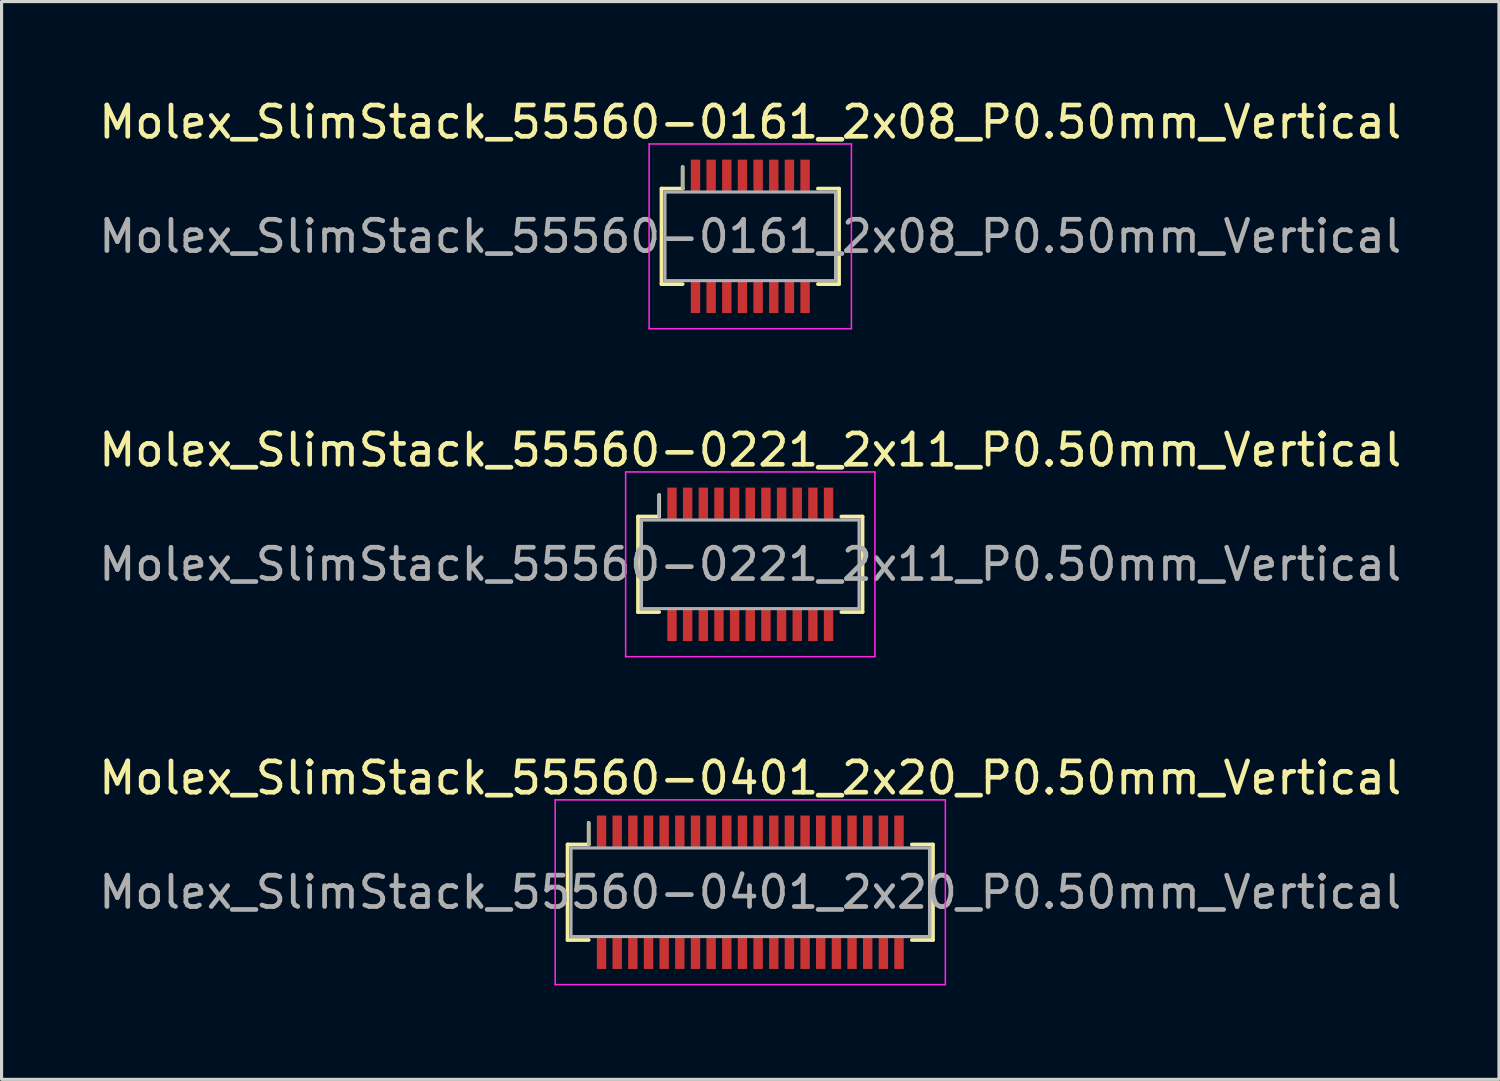
<source format=kicad_pcb>
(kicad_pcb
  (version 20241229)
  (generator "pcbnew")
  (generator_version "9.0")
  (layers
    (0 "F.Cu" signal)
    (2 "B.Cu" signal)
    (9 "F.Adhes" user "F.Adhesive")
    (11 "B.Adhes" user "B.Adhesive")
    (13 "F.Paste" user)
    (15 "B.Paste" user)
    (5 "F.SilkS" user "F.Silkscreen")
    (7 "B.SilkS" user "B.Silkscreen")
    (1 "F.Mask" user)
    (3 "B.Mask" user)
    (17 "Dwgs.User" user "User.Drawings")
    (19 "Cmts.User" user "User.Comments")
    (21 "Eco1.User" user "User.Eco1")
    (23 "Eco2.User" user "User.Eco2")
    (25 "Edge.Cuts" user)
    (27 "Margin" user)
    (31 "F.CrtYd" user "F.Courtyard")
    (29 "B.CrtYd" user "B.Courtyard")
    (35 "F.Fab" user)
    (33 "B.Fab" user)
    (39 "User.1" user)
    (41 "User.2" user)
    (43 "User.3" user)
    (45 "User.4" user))
  (footprint "Molex_SlimStack_55560-0401_2x20_P0.50mm_Vertical"
    (layer "F.Cu")
    (at 20.911 25.445)
    (property "Reference" "Molex_SlimStack_55560-0401_2x20_P0.50mm_Vertical" (at 0 -3.65 0) (layer "F.SilkS") (effects (font (size 1 1) (thickness 0.15))))
    (attr smd)
    (fp_line (start -5.835 -1.525) (end -5.16 -1.525) (stroke (width 0.12) (type solid)) (layer "F.SilkS"))
    (fp_line (start -5.835 1.525) (end -5.835 -1.525) (stroke (width 0.12) (type solid)) (layer "F.SilkS"))
    (fp_line (start -5.16 -1.525) (end -5.16 -2.215) (stroke (width 0.12) (type solid)) (layer "F.SilkS"))
    (fp_line (start -5.16 1.525) (end -5.835 1.525) (stroke (width 0.12) (type solid)) (layer "F.SilkS"))
    (fp_line (start 5.16 1.525) (end 5.835 1.525) (stroke (width 0.12) (type solid)) (layer "F.SilkS"))
    (fp_line (start 5.835 -1.525) (end 5.16 -1.525) (stroke (width 0.12) (type solid)) (layer "F.SilkS"))
    (fp_line (start 5.835 1.525) (end 5.835 -1.525) (stroke (width 0.12) (type solid)) (layer "F.SilkS"))
    (fp_line (start -6.23 -2.95) (end -6.23 2.95) (stroke (width 0.05) (type solid)) (layer "F.CrtYd"))
    (fp_line (start -6.23 2.95) (end 6.23 2.95) (stroke (width 0.05) (type solid)) (layer "F.CrtYd"))
    (fp_line (start 6.23 -2.95) (end -6.23 -2.95) (stroke (width 0.05) (type solid)) (layer "F.CrtYd"))
    (fp_line (start 6.23 2.95) (end 6.23 -2.95) (stroke (width 0.05) (type solid)) (layer "F.CrtYd"))
    (fp_line (start -5.725 -1.415) (end -5.725 1.415) (stroke (width 0.1) (type solid)) (layer "F.Fab"))
    (fp_line (start -5.725 1.415) (end 5.725 1.415) (stroke (width 0.1) (type solid)) (layer "F.Fab"))
    (fp_line (start -5.16 -1.525) (end -5.16 -2.215) (stroke (width 0.1) (type solid)) (layer "F.Fab"))
    (fp_line (start 5.725 -1.415) (end -5.725 -1.415) (stroke (width 0.1) (type solid)) (layer "F.Fab"))
    (fp_line (start 5.725 1.415) (end 5.725 -1.415) (stroke (width 0.1) (type solid)) (layer "F.Fab"))
    (fp_text user "${REFERENCE}" (at 0 0 0) (layer "F.Fab") (effects (font (size 1 1) (thickness 0.15))))
    (pad "1" smd rect (at -4.75 -1.95) (size 0.3 1) (layers "F.Cu" "F.Mask" "F.Paste"))
    (pad "2" smd rect (at -4.75 1.95) (size 0.3 1) (layers "F.Cu" "F.Mask" "F.Paste"))
    (pad "3" smd rect (at -4.25 -1.95) (size 0.3 1) (layers "F.Cu" "F.Mask" "F.Paste"))
    (pad "4" smd rect (at -4.25 1.95) (size 0.3 1) (layers "F.Cu" "F.Mask" "F.Paste"))
    (pad "5" smd rect (at -3.75 -1.95) (size 0.3 1) (layers "F.Cu" "F.Mask" "F.Paste"))
    (pad "6" smd rect (at -3.75 1.95) (size 0.3 1) (layers "F.Cu" "F.Mask" "F.Paste"))
    (pad "7" smd rect (at -3.25 -1.95) (size 0.3 1) (layers "F.Cu" "F.Mask" "F.Paste"))
    (pad "8" smd rect (at -3.25 1.95) (size 0.3 1) (layers "F.Cu" "F.Mask" "F.Paste"))
    (pad "9" smd rect (at -2.75 -1.95) (size 0.3 1) (layers "F.Cu" "F.Mask" "F.Paste"))
    (pad "10" smd rect (at -2.75 1.95) (size 0.3 1) (layers "F.Cu" "F.Mask" "F.Paste"))
    (pad "11" smd rect (at -2.25 -1.95) (size 0.3 1) (layers "F.Cu" "F.Mask" "F.Paste"))
    (pad "12" smd rect (at -2.25 1.95) (size 0.3 1) (layers "F.Cu" "F.Mask" "F.Paste"))
    (pad "13" smd rect (at -1.75 -1.95) (size 0.3 1) (layers "F.Cu" "F.Mask" "F.Paste"))
    (pad "14" smd rect (at -1.75 1.95) (size 0.3 1) (layers "F.Cu" "F.Mask" "F.Paste"))
    (pad "15" smd rect (at -1.25 -1.95) (size 0.3 1) (layers "F.Cu" "F.Mask" "F.Paste"))
    (pad "16" smd rect (at -1.25 1.95) (size 0.3 1) (layers "F.Cu" "F.Mask" "F.Paste"))
    (pad "17" smd rect (at -0.75 -1.95) (size 0.3 1) (layers "F.Cu" "F.Mask" "F.Paste"))
    (pad "18" smd rect (at -0.75 1.95) (size 0.3 1) (layers "F.Cu" "F.Mask" "F.Paste"))
    (pad "19" smd rect (at -0.25 -1.95) (size 0.3 1) (layers "F.Cu" "F.Mask" "F.Paste"))
    (pad "20" smd rect (at -0.25 1.95) (size 0.3 1) (layers "F.Cu" "F.Mask" "F.Paste"))
    (pad "21" smd rect (at 0.25 -1.95) (size 0.3 1) (layers "F.Cu" "F.Mask" "F.Paste"))
    (pad "22" smd rect (at 0.25 1.95) (size 0.3 1) (layers "F.Cu" "F.Mask" "F.Paste"))
    (pad "23" smd rect (at 0.75 -1.95) (size 0.3 1) (layers "F.Cu" "F.Mask" "F.Paste"))
    (pad "24" smd rect (at 0.75 1.95) (size 0.3 1) (layers "F.Cu" "F.Mask" "F.Paste"))
    (pad "25" smd rect (at 1.25 -1.95) (size 0.3 1) (layers "F.Cu" "F.Mask" "F.Paste"))
    (pad "26" smd rect (at 1.25 1.95) (size 0.3 1) (layers "F.Cu" "F.Mask" "F.Paste"))
    (pad "27" smd rect (at 1.75 -1.95) (size 0.3 1) (layers "F.Cu" "F.Mask" "F.Paste"))
    (pad "28" smd rect (at 1.75 1.95) (size 0.3 1) (layers "F.Cu" "F.Mask" "F.Paste"))
    (pad "29" smd rect (at 2.25 -1.95) (size 0.3 1) (layers "F.Cu" "F.Mask" "F.Paste"))
    (pad "30" smd rect (at 2.25 1.95) (size 0.3 1) (layers "F.Cu" "F.Mask" "F.Paste"))
    (pad "31" smd rect (at 2.75 -1.95) (size 0.3 1) (layers "F.Cu" "F.Mask" "F.Paste"))
    (pad "32" smd rect (at 2.75 1.95) (size 0.3 1) (layers "F.Cu" "F.Mask" "F.Paste"))
    (pad "33" smd rect (at 3.25 -1.95) (size 0.3 1) (layers "F.Cu" "F.Mask" "F.Paste"))
    (pad "34" smd rect (at 3.25 1.95) (size 0.3 1) (layers "F.Cu" "F.Mask" "F.Paste"))
    (pad "35" smd rect (at 3.75 -1.95) (size 0.3 1) (layers "F.Cu" "F.Mask" "F.Paste"))
    (pad "36" smd rect (at 3.75 1.95) (size 0.3 1) (layers "F.Cu" "F.Mask" "F.Paste"))
    (pad "37" smd rect (at 4.25 -1.95) (size 0.3 1) (layers "F.Cu" "F.Mask" "F.Paste"))
    (pad "38" smd rect (at 4.25 1.95) (size 0.3 1) (layers "F.Cu" "F.Mask" "F.Paste"))
    (pad "39" smd rect (at 4.75 -1.95) (size 0.3 1) (layers "F.Cu" "F.Mask" "F.Paste"))
    (pad "40" smd rect (at 4.75 1.95) (size 0.3 1) (layers "F.Cu" "F.Mask" "F.Paste")))
  (footprint "Molex_SlimStack_55560-0221_2x11_P0.50mm_Vertical"
    (layer "F.Cu")
    (at 20.911 14.972)
    (property "Reference" "Molex_SlimStack_55560-0221_2x11_P0.50mm_Vertical" (at 0 -3.65 0) (layer "F.SilkS") (effects (font (size 1 1) (thickness 0.15))))
    (attr smd)
    (fp_line (start -3.585 -1.525) (end -2.91 -1.525) (stroke (width 0.12) (type solid)) (layer "F.SilkS"))
    (fp_line (start -3.585 1.525) (end -3.585 -1.525) (stroke (width 0.12) (type solid)) (layer "F.SilkS"))
    (fp_line (start -2.91 -1.525) (end -2.91 -2.215) (stroke (width 0.12) (type solid)) (layer "F.SilkS"))
    (fp_line (start -2.91 1.525) (end -3.585 1.525) (stroke (width 0.12) (type solid)) (layer "F.SilkS"))
    (fp_line (start 2.91 1.525) (end 3.585 1.525) (stroke (width 0.12) (type solid)) (layer "F.SilkS"))
    (fp_line (start 3.585 -1.525) (end 2.91 -1.525) (stroke (width 0.12) (type solid)) (layer "F.SilkS"))
    (fp_line (start 3.585 1.525) (end 3.585 -1.525) (stroke (width 0.12) (type solid)) (layer "F.SilkS"))
    (fp_line (start -3.98 -2.95) (end -3.98 2.95) (stroke (width 0.05) (type solid)) (layer "F.CrtYd"))
    (fp_line (start -3.98 2.95) (end 3.98 2.95) (stroke (width 0.05) (type solid)) (layer "F.CrtYd"))
    (fp_line (start 3.98 -2.95) (end -3.98 -2.95) (stroke (width 0.05) (type solid)) (layer "F.CrtYd"))
    (fp_line (start 3.98 2.95) (end 3.98 -2.95) (stroke (width 0.05) (type solid)) (layer "F.CrtYd"))
    (fp_line (start -3.475 -1.415) (end -3.475 1.415) (stroke (width 0.1) (type solid)) (layer "F.Fab"))
    (fp_line (start -3.475 1.415) (end 3.475 1.415) (stroke (width 0.1) (type solid)) (layer "F.Fab"))
    (fp_line (start -2.91 -1.525) (end -2.91 -2.215) (stroke (width 0.1) (type solid)) (layer "F.Fab"))
    (fp_line (start 3.475 -1.415) (end -3.475 -1.415) (stroke (width 0.1) (type solid)) (layer "F.Fab"))
    (fp_line (start 3.475 1.415) (end 3.475 -1.415) (stroke (width 0.1) (type solid)) (layer "F.Fab"))
    (fp_text user "${REFERENCE}" (at 0 0 0) (layer "F.Fab") (effects (font (size 1 1) (thickness 0.15))))
    (pad "1" smd rect (at -2.5 -1.95) (size 0.3 1) (layers "F.Cu" "F.Mask" "F.Paste"))
    (pad "2" smd rect (at -2.5 1.95) (size 0.3 1) (layers "F.Cu" "F.Mask" "F.Paste"))
    (pad "3" smd rect (at -2 -1.95) (size 0.3 1) (layers "F.Cu" "F.Mask" "F.Paste"))
    (pad "4" smd rect (at -2 1.95) (size 0.3 1) (layers "F.Cu" "F.Mask" "F.Paste"))
    (pad "5" smd rect (at -1.5 -1.95) (size 0.3 1) (layers "F.Cu" "F.Mask" "F.Paste"))
    (pad "6" smd rect (at -1.5 1.95) (size 0.3 1) (layers "F.Cu" "F.Mask" "F.Paste"))
    (pad "7" smd rect (at -1 -1.95) (size 0.3 1) (layers "F.Cu" "F.Mask" "F.Paste"))
    (pad "8" smd rect (at -1 1.95) (size 0.3 1) (layers "F.Cu" "F.Mask" "F.Paste"))
    (pad "9" smd rect (at -0.5 -1.95) (size 0.3 1) (layers "F.Cu" "F.Mask" "F.Paste"))
    (pad "10" smd rect (at -0.5 1.95) (size 0.3 1) (layers "F.Cu" "F.Mask" "F.Paste"))
    (pad "11" smd rect (at 0 -1.95) (size 0.3 1) (layers "F.Cu" "F.Mask" "F.Paste"))
    (pad "12" smd rect (at 0 1.95) (size 0.3 1) (layers "F.Cu" "F.Mask" "F.Paste"))
    (pad "13" smd rect (at 0.5 -1.95) (size 0.3 1) (layers "F.Cu" "F.Mask" "F.Paste"))
    (pad "14" smd rect (at 0.5 1.95) (size 0.3 1) (layers "F.Cu" "F.Mask" "F.Paste"))
    (pad "15" smd rect (at 1 -1.95) (size 0.3 1) (layers "F.Cu" "F.Mask" "F.Paste"))
    (pad "16" smd rect (at 1 1.95) (size 0.3 1) (layers "F.Cu" "F.Mask" "F.Paste"))
    (pad "17" smd rect (at 1.5 -1.95) (size 0.3 1) (layers "F.Cu" "F.Mask" "F.Paste"))
    (pad "18" smd rect (at 1.5 1.95) (size 0.3 1) (layers "F.Cu" "F.Mask" "F.Paste"))
    (pad "19" smd rect (at 2 -1.95) (size 0.3 1) (layers "F.Cu" "F.Mask" "F.Paste"))
    (pad "20" smd rect (at 2 1.95) (size 0.3 1) (layers "F.Cu" "F.Mask" "F.Paste"))
    (pad "21" smd rect (at 2.5 -1.95) (size 0.3 1) (layers "F.Cu" "F.Mask" "F.Paste"))
    (pad "22" smd rect (at 2.5 1.95) (size 0.3 1) (layers "F.Cu" "F.Mask" "F.Paste")))
  (footprint "Molex_SlimStack_55560-0161_2x08_P0.50mm_Vertical"
    (layer "F.Cu")
    (at 20.911 4.498)
    (property "Reference" "Molex_SlimStack_55560-0161_2x08_P0.50mm_Vertical" (at 0 -3.65 0) (layer "F.SilkS") (effects (font (size 1 1) (thickness 0.15))))
    (attr smd)
    (fp_line (start -2.835 -1.525) (end -2.16 -1.525) (stroke (width 0.12) (type solid)) (layer "F.SilkS"))
    (fp_line (start -2.835 1.525) (end -2.835 -1.525) (stroke (width 0.12) (type solid)) (layer "F.SilkS"))
    (fp_line (start -2.16 -1.525) (end -2.16 -2.215) (stroke (width 0.12) (type solid)) (layer "F.SilkS"))
    (fp_line (start -2.16 1.525) (end -2.835 1.525) (stroke (width 0.12) (type solid)) (layer "F.SilkS"))
    (fp_line (start 2.16 1.525) (end 2.835 1.525) (stroke (width 0.12) (type solid)) (layer "F.SilkS"))
    (fp_line (start 2.835 -1.525) (end 2.16 -1.525) (stroke (width 0.12) (type solid)) (layer "F.SilkS"))
    (fp_line (start 2.835 1.525) (end 2.835 -1.525) (stroke (width 0.12) (type solid)) (layer "F.SilkS"))
    (fp_line (start -3.23 -2.95) (end -3.23 2.95) (stroke (width 0.05) (type solid)) (layer "F.CrtYd"))
    (fp_line (start -3.23 2.95) (end 3.23 2.95) (stroke (width 0.05) (type solid)) (layer "F.CrtYd"))
    (fp_line (start 3.23 -2.95) (end -3.23 -2.95) (stroke (width 0.05) (type solid)) (layer "F.CrtYd"))
    (fp_line (start 3.23 2.95) (end 3.23 -2.95) (stroke (width 0.05) (type solid)) (layer "F.CrtYd"))
    (fp_line (start -2.725 -1.415) (end -2.725 1.415) (stroke (width 0.1) (type solid)) (layer "F.Fab"))
    (fp_line (start -2.725 1.415) (end 2.725 1.415) (stroke (width 0.1) (type solid)) (layer "F.Fab"))
    (fp_line (start -2.16 -1.525) (end -2.16 -2.215) (stroke (width 0.1) (type solid)) (layer "F.Fab"))
    (fp_line (start 2.725 -1.415) (end -2.725 -1.415) (stroke (width 0.1) (type solid)) (layer "F.Fab"))
    (fp_line (start 2.725 1.415) (end 2.725 -1.415) (stroke (width 0.1) (type solid)) (layer "F.Fab"))
    (fp_text user "${REFERENCE}" (at 0 0 0) (layer "F.Fab") (effects (font (size 1 1) (thickness 0.15))))
    (pad "1" smd rect (at -1.75 -1.95) (size 0.3 1) (layers "F.Cu" "F.Mask" "F.Paste"))
    (pad "2" smd rect (at -1.75 1.95) (size 0.3 1) (layers "F.Cu" "F.Mask" "F.Paste"))
    (pad "3" smd rect (at -1.25 -1.95) (size 0.3 1) (layers "F.Cu" "F.Mask" "F.Paste"))
    (pad "4" smd rect (at -1.25 1.95) (size 0.3 1) (layers "F.Cu" "F.Mask" "F.Paste"))
    (pad "5" smd rect (at -0.75 -1.95) (size 0.3 1) (layers "F.Cu" "F.Mask" "F.Paste"))
    (pad "6" smd rect (at -0.75 1.95) (size 0.3 1) (layers "F.Cu" "F.Mask" "F.Paste"))
    (pad "7" smd rect (at -0.25 -1.95) (size 0.3 1) (layers "F.Cu" "F.Mask" "F.Paste"))
    (pad "8" smd rect (at -0.25 1.95) (size 0.3 1) (layers "F.Cu" "F.Mask" "F.Paste"))
    (pad "9" smd rect (at 0.25 -1.95) (size 0.3 1) (layers "F.Cu" "F.Mask" "F.Paste"))
    (pad "10" smd rect (at 0.25 1.95) (size 0.3 1) (layers "F.Cu" "F.Mask" "F.Paste"))
    (pad "11" smd rect (at 0.75 -1.95) (size 0.3 1) (layers "F.Cu" "F.Mask" "F.Paste"))
    (pad "12" smd rect (at 0.75 1.95) (size 0.3 1) (layers "F.Cu" "F.Mask" "F.Paste"))
    (pad "13" smd rect (at 1.25 -1.95) (size 0.3 1) (layers "F.Cu" "F.Mask" "F.Paste"))
    (pad "14" smd rect (at 1.25 1.95) (size 0.3 1) (layers "F.Cu" "F.Mask" "F.Paste"))
    (pad "15" smd rect (at 1.75 -1.95) (size 0.3 1) (layers "F.Cu" "F.Mask" "F.Paste"))
    (pad "16" smd rect (at 1.75 1.95) (size 0.3 1) (layers "F.Cu" "F.Mask" "F.Paste")))
  (gr_rect
    (start -3 -3)
    (end 44.821 31.42)
    (stroke (width 0.1) (type default))
    (fill no)
    (layer "Edge.Cuts")))
</source>
